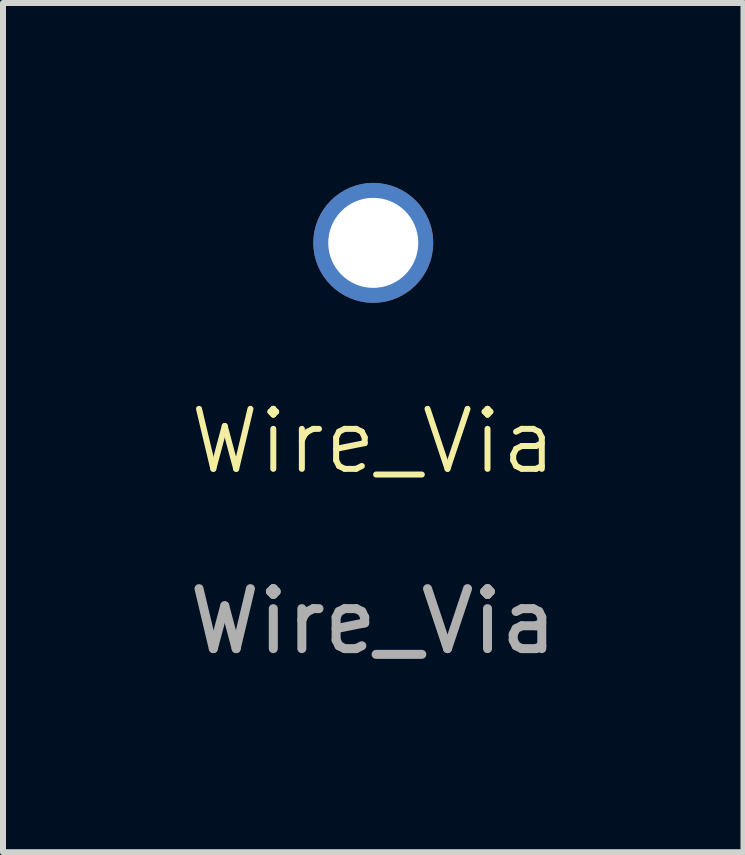
<source format=kicad_pcb>
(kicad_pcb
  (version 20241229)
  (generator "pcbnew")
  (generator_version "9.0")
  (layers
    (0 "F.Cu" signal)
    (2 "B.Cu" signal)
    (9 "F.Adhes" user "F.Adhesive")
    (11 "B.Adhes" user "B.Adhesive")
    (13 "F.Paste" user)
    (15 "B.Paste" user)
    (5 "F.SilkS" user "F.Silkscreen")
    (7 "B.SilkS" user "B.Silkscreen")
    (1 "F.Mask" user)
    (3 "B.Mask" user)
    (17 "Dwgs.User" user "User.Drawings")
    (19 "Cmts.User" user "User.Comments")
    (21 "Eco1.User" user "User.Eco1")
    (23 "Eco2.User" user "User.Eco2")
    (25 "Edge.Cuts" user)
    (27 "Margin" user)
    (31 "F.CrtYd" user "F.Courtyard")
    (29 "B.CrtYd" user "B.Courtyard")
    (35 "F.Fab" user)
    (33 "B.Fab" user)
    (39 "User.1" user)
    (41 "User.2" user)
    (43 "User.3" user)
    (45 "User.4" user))
  (footprint "Wire_Via"
    (layer "F.Cu")
    (at 3.173 4.809)
    (property "Reference" "Wire_Via" (at 0 -0.5 0) (unlocked yes) (layer "F.SilkS") (effects (font (size 1 1) (thickness 0.1))))
    (attr through_hole)
    (fp_text user "${REFERENCE}" (at 0 2.5 0) (unlocked yes) (layer "F.Fab") (effects (font (size 1 1) (thickness 0.15))))
    (pad "1" thru_hole circle (at 0 -3.81) (size 1.999 1.999) (drill 1.501) (layers "*.Cu" "*.Mask")))
  (gr_rect
    (start -3 -3)
    (end 9.345 11.158)
    (stroke (width 0.1) (type default))
    (fill no)
    (layer "Edge.Cuts")))
</source>
